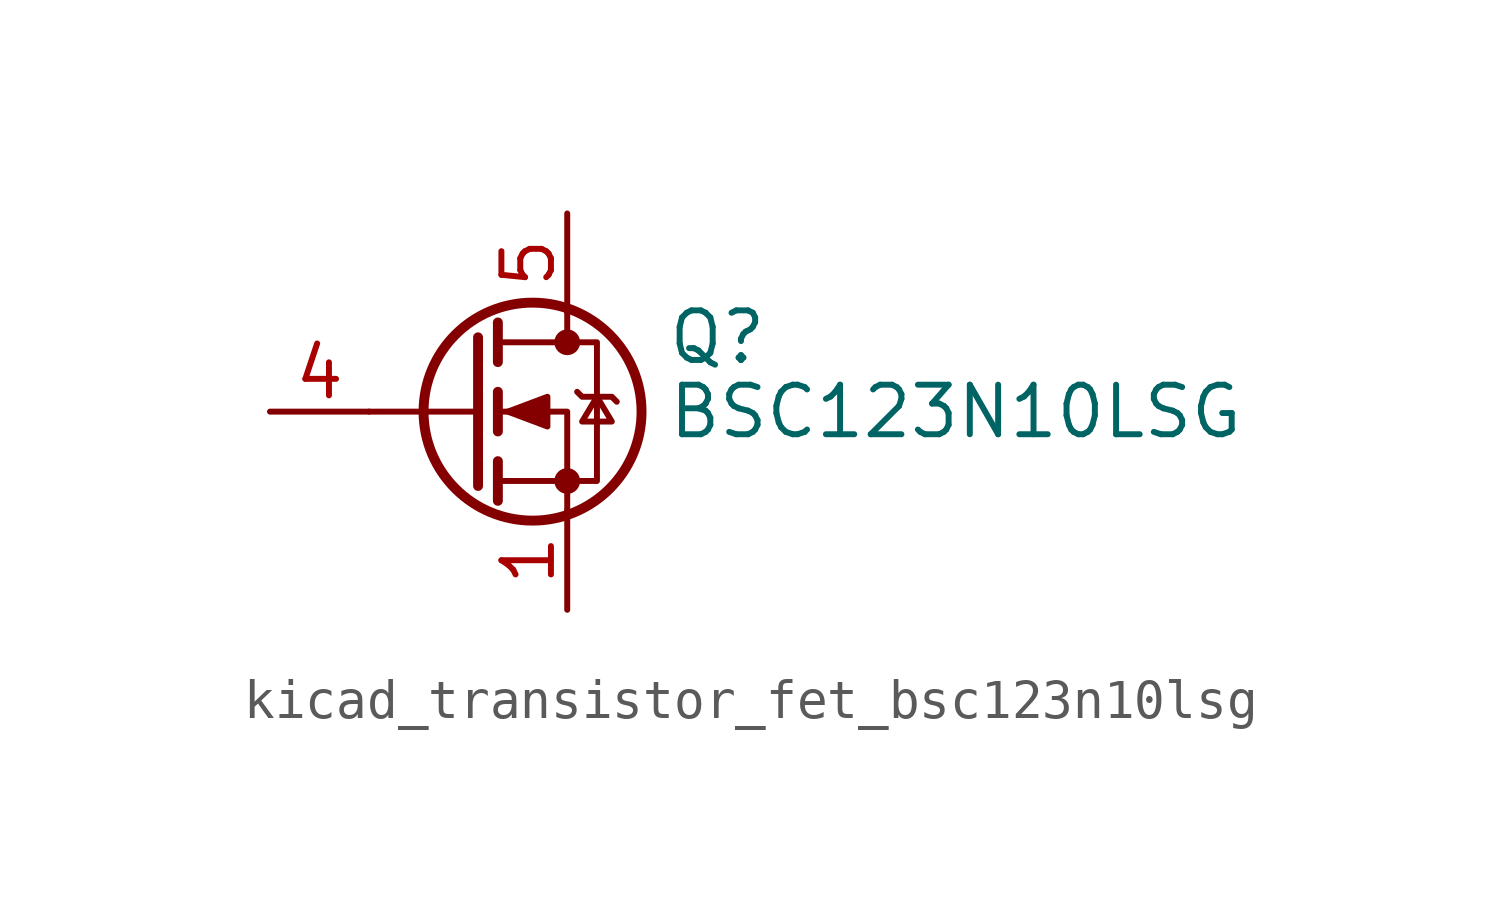
<source format=kicad_sym>
(kicad_symbol_lib
  (version 20220914)
  (generator kicad_symbol_editor)
  (symbol "kicad_transistor_fet_bsc123n10lsg"
    (pin_names hide)
    (property "Reference" "Q"
      (at 5.08 1.905 0)
      (effects (font (size 1.27 1.27)) (justify left)))
    (property "Value" "BSC123N10LSG"
      (at 5.08 0 0)
      (effects (font (size 1.27 1.27)) (justify left)))
    (symbol "kicad_transistor_fet_bsc123n10lsg_0_1"
      (polyline (pts (xy 0.254 0) (xy -2.54 0)) (stroke (width 0) (type default)) (fill (type none)))
      (polyline (pts (xy 0.254 1.905) (xy 0.254 -1.905)) (stroke (width 0.254) (type default)) (fill (type none)))
      (polyline (pts (xy 0.762 -1.27) (xy 0.762 -2.286)) (stroke (width 0.254) (type default)) (fill (type none)))
      (polyline (pts (xy 0.762 0.508) (xy 0.762 -0.508)) (stroke (width 0.254) (type default)) (fill (type none)))
      (polyline (pts (xy 0.762 2.286) (xy 0.762 1.27)) (stroke (width 0.254) (type default)) (fill (type none)))
      (polyline (pts (xy 2.54 2.54) (xy 2.54 1.778)) (stroke (width 0) (type default)) (fill (type none)))
      (polyline (pts (xy 2.54 -2.54) (xy 2.54 0) (xy 0.762 0)) (stroke (width 0) (type default)) (fill (type none)))
      (polyline (pts (xy 0.762 -1.778) (xy 3.302 -1.778) (xy 3.302 1.778) (xy 0.762 1.778)) (stroke (width 0) (type default)) (fill (type none)))
      (polyline (pts (xy 1.016 0) (xy 2.032 0.381) (xy 2.032 -0.381) (xy 1.016 0)) (stroke (width 0) (type default)) (fill (type outline)))
      (polyline (pts (xy 2.794 0.508) (xy 2.921 0.381) (xy 3.683 0.381) (xy 3.81 0.254)) (stroke (width 0) (type default)) (fill (type none)))
      (polyline (pts (xy 3.302 0.381) (xy 2.921 -0.254) (xy 3.683 -0.254) (xy 3.302 0.381)) (stroke (width 0) (type default)) (fill (type none)))
      (circle (center 1.651 0) (radius 2.794) (stroke (width 0.254) (type default)) (fill (type none)))
      (circle (center 2.54 -1.778) (radius 0.254) (stroke (width 0) (type default)) (fill (type outline)))
      (circle (center 2.54 1.778) (radius 0.254) (stroke (width 0) (type default)) (fill (type outline))))
    (symbol "kicad_transistor_fet_bsc123n10lsg_1_1"
      (pin passive line (at 2.54 -5.08 90) (length 2.54) (name "S" (effects (font (size 1.27 1.27)))) (number "1" (effects (font (size 1.27 1.27)))))
      (pin passive line (at 2.54 -5.08 90) (length 2.54) hide (name "S" (effects (font (size 1.27 1.27)))) (number "2" (effects (font (size 1.27 1.27)))))
      (pin passive line (at 2.54 -5.08 90) (length 2.54) hide (name "S" (effects (font (size 1.27 1.27)))) (number "3" (effects (font (size 1.27 1.27)))))
      (pin passive line (at -5.08 0 0) (length 2.54) (name "G" (effects (font (size 1.27 1.27)))) (number "4" (effects (font (size 1.27 1.27)))))
      (pin passive line (at 2.54 5.08 270) (length 2.54) (name "D" (effects (font (size 1.27 1.27)))) (number "5" (effects (font (size 1.27 1.27))))))))
</source>
